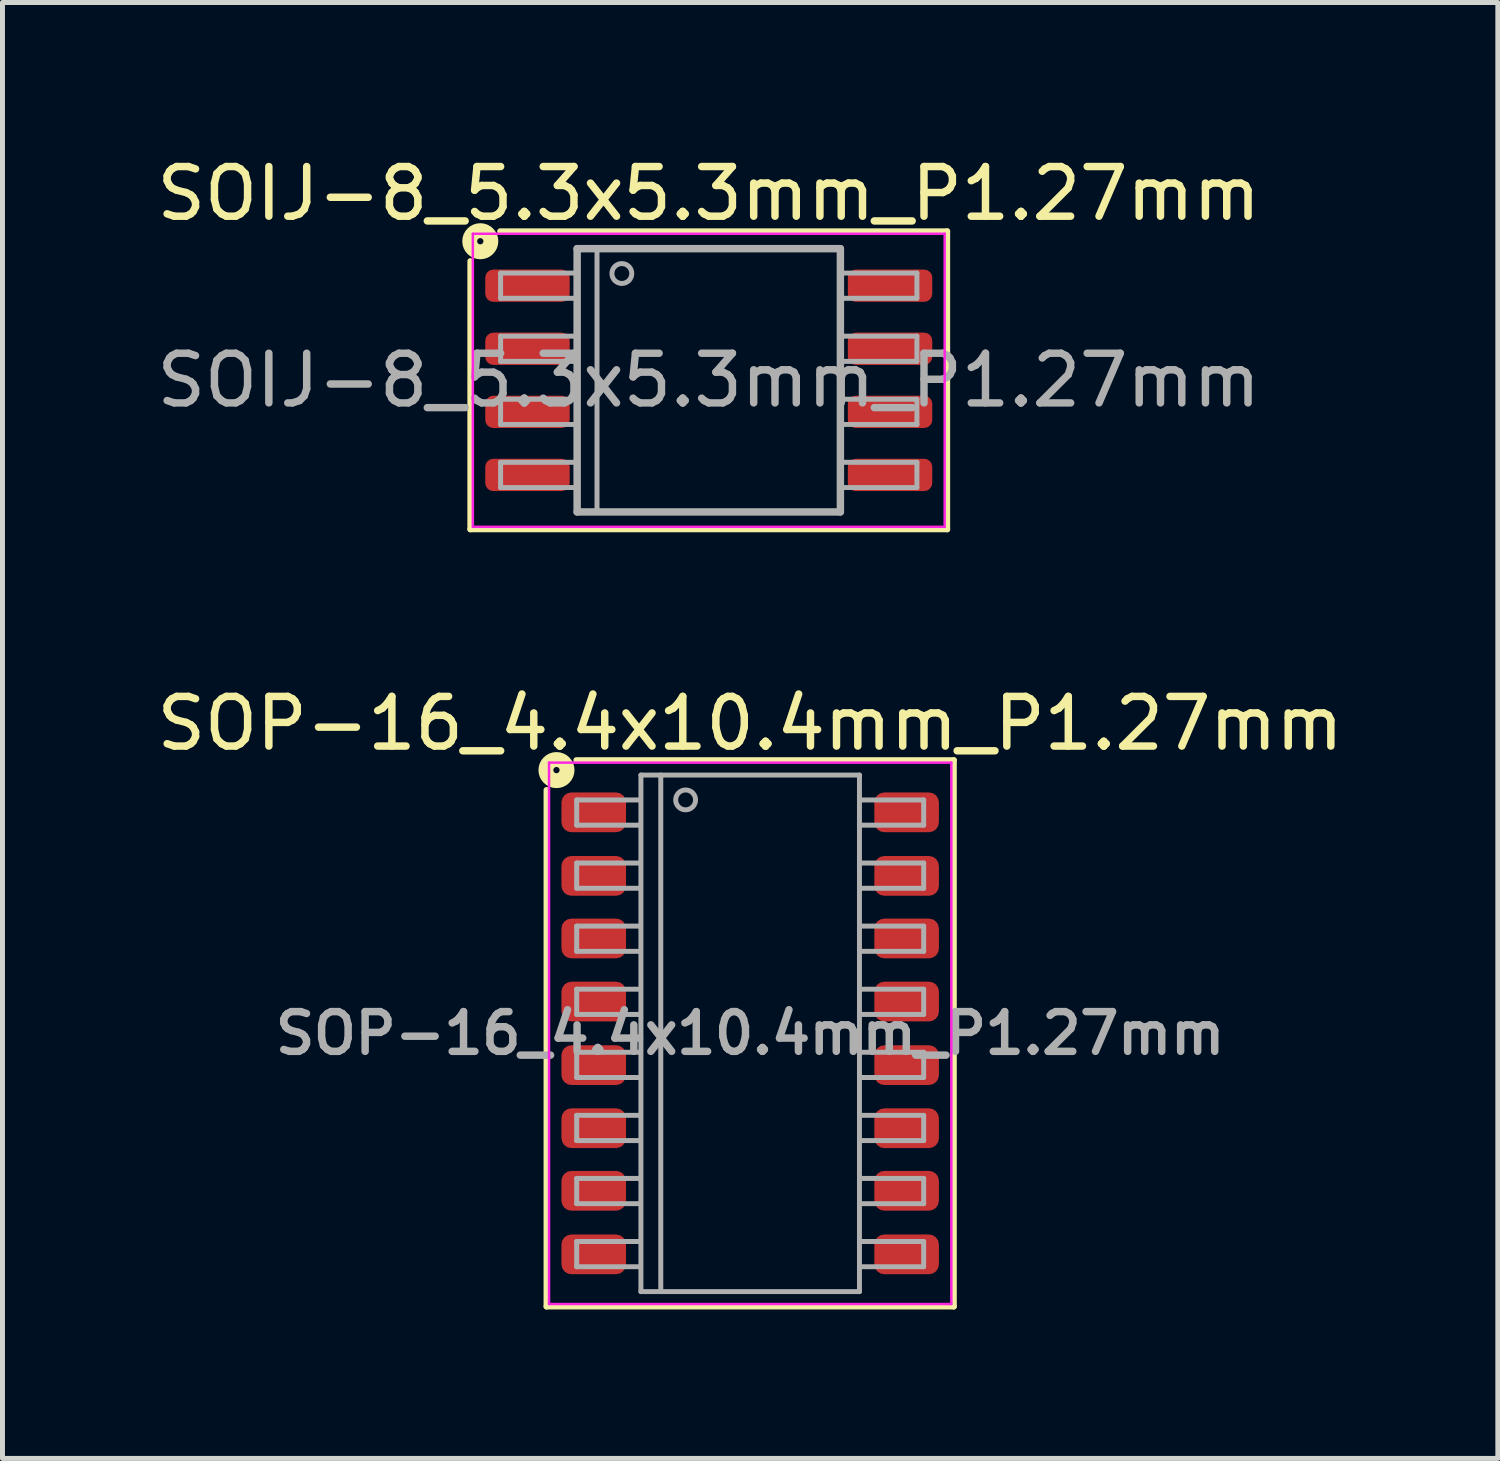
<source format=kicad_pcb>
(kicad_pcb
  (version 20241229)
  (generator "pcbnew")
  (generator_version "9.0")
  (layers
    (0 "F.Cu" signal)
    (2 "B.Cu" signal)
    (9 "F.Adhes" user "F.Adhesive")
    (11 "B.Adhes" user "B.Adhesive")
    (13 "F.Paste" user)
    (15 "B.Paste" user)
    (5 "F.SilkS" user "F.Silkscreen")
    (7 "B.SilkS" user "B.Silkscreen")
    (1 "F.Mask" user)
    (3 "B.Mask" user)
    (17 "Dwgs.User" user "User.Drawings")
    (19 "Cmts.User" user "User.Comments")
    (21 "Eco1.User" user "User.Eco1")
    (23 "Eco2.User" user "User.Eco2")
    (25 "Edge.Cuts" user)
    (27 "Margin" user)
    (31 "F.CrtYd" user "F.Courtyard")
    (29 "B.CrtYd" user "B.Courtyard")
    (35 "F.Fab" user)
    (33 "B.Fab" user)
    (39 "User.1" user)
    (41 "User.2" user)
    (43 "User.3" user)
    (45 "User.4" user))
  (footprint "SOP-16_4.4x10.4mm_P1.27mm"
    (layer "F.Cu")
    (at 12.054 17.755)
    (property "Reference" "SOP-16_4.4x10.4mm_P1.27mm" (at 0 -6.239 0) (layer "F.SilkS") (effects (font (size 1 1) (thickness 0.15))))
    (attr smd)
    (fp_line (start -4.1 -4.9) (end -4.1 5.5) (stroke (width 0.12) (type solid)) (layer "F.SilkS"))
    (fp_line (start -4.1 5.5) (end 4.1 5.5) (stroke (width 0.12) (type solid)) (layer "F.SilkS"))
    (fp_line (start 4.1 -5.5) (end -3.5 -5.5) (stroke (width 0.12) (type solid)) (layer "F.SilkS"))
    (fp_line (start 4.1 5.5) (end 4.1 -5.5) (stroke (width 0.12) (type solid)) (layer "F.SilkS"))
    (fp_circle (center -3.9 -5.3) (end -3.837 -5.3) (stroke (width 0.3) (type solid)) (fill no) (layer "F.SilkS"))
    (fp_line (start -4.05 -5.45) (end -4.05 5.45) (stroke (width 0.05) (type solid)) (layer "F.CrtYd"))
    (fp_line (start -4.05 -5.45) (end 4.05 -5.45) (stroke (width 0.05) (type solid)) (layer "F.CrtYd"))
    (fp_line (start 4.05 5.45) (end -4.05 5.45) (stroke (width 0.05) (type solid)) (layer "F.CrtYd"))
    (fp_line (start 4.05 5.45) (end 4.05 -5.45) (stroke (width 0.05) (type solid)) (layer "F.CrtYd"))
    (fp_line (start -3.493 -4.699) (end -3.493 -4.191) (stroke (width 0.1) (type solid)) (layer "F.Fab"))
    (fp_line (start -3.493 -4.699) (end -2.223 -4.699) (stroke (width 0.1) (type solid)) (layer "F.Fab"))
    (fp_line (start -3.493 -4.191) (end -2.223 -4.191) (stroke (width 0.1) (type solid)) (layer "F.Fab"))
    (fp_line (start -3.493 -3.429) (end -3.493 -2.921) (stroke (width 0.1) (type solid)) (layer "F.Fab"))
    (fp_line (start -3.493 -3.429) (end -2.223 -3.429) (stroke (width 0.1) (type solid)) (layer "F.Fab"))
    (fp_line (start -3.493 -2.921) (end -2.223 -2.921) (stroke (width 0.1) (type solid)) (layer "F.Fab"))
    (fp_line (start -3.493 -2.159) (end -3.493 -1.651) (stroke (width 0.1) (type solid)) (layer "F.Fab"))
    (fp_line (start -3.493 -2.159) (end -2.223 -2.159) (stroke (width 0.1) (type solid)) (layer "F.Fab"))
    (fp_line (start -3.493 -1.651) (end -2.223 -1.651) (stroke (width 0.1) (type solid)) (layer "F.Fab"))
    (fp_line (start -3.493 -0.889) (end -3.493 -0.381) (stroke (width 0.1) (type solid)) (layer "F.Fab"))
    (fp_line (start -3.493 -0.889) (end -2.223 -0.889) (stroke (width 0.1) (type solid)) (layer "F.Fab"))
    (fp_line (start -3.493 -0.381) (end -2.223 -0.381) (stroke (width 0.1) (type solid)) (layer "F.Fab"))
    (fp_line (start -3.493 0.381) (end -3.493 0.889) (stroke (width 0.1) (type solid)) (layer "F.Fab"))
    (fp_line (start -3.493 0.381) (end -2.223 0.381) (stroke (width 0.1) (type solid)) (layer "F.Fab"))
    (fp_line (start -3.493 0.889) (end -2.223 0.889) (stroke (width 0.1) (type solid)) (layer "F.Fab"))
    (fp_line (start -3.493 1.651) (end -3.493 2.159) (stroke (width 0.1) (type solid)) (layer "F.Fab"))
    (fp_line (start -3.493 1.651) (end -2.223 1.651) (stroke (width 0.1) (type solid)) (layer "F.Fab"))
    (fp_line (start -3.493 2.159) (end -2.223 2.159) (stroke (width 0.1) (type solid)) (layer "F.Fab"))
    (fp_line (start -3.493 2.921) (end -3.493 3.429) (stroke (width 0.1) (type solid)) (layer "F.Fab"))
    (fp_line (start -3.493 2.921) (end -2.223 2.921) (stroke (width 0.1) (type solid)) (layer "F.Fab"))
    (fp_line (start -3.493 3.429) (end -2.223 3.429) (stroke (width 0.1) (type solid)) (layer "F.Fab"))
    (fp_line (start -3.493 4.191) (end -3.493 4.699) (stroke (width 0.1) (type solid)) (layer "F.Fab"))
    (fp_line (start -3.493 4.191) (end -2.223 4.191) (stroke (width 0.1) (type solid)) (layer "F.Fab"))
    (fp_line (start -3.493 4.699) (end -2.223 4.699) (stroke (width 0.1) (type solid)) (layer "F.Fab"))
    (fp_line (start -2.2 -5.2) (end 2.2 -5.2) (stroke (width 0.1) (type solid)) (layer "F.Fab"))
    (fp_line (start -2.2 5.2) (end -2.2 -5.2) (stroke (width 0.1) (type solid)) (layer "F.Fab"))
    (fp_line (start -1.8 -5.2) (end -1.8 5.2) (stroke (width 0.1) (type solid)) (layer "F.Fab"))
    (fp_line (start 2.2 -5.2) (end 2.2 5.2) (stroke (width 0.1) (type solid)) (layer "F.Fab"))
    (fp_line (start 2.2 5.2) (end -2.2 5.2) (stroke (width 0.1) (type solid)) (layer "F.Fab"))
    (fp_line (start 3.493 -4.699) (end 2.223 -4.699) (stroke (width 0.1) (type solid)) (layer "F.Fab"))
    (fp_line (start 3.493 -4.191) (end 2.223 -4.191) (stroke (width 0.1) (type solid)) (layer "F.Fab"))
    (fp_line (start 3.493 -4.191) (end 3.493 -4.699) (stroke (width 0.1) (type solid)) (layer "F.Fab"))
    (fp_line (start 3.493 -3.429) (end 2.223 -3.429) (stroke (width 0.1) (type solid)) (layer "F.Fab"))
    (fp_line (start 3.493 -2.921) (end 2.223 -2.921) (stroke (width 0.1) (type solid)) (layer "F.Fab"))
    (fp_line (start 3.493 -2.921) (end 3.493 -3.429) (stroke (width 0.1) (type solid)) (layer "F.Fab"))
    (fp_line (start 3.493 -2.159) (end 2.223 -2.159) (stroke (width 0.1) (type solid)) (layer "F.Fab"))
    (fp_line (start 3.493 -1.651) (end 2.223 -1.651) (stroke (width 0.1) (type solid)) (layer "F.Fab"))
    (fp_line (start 3.493 -1.651) (end 3.493 -2.159) (stroke (width 0.1) (type solid)) (layer "F.Fab"))
    (fp_line (start 3.493 -0.889) (end 2.223 -0.889) (stroke (width 0.1) (type solid)) (layer "F.Fab"))
    (fp_line (start 3.493 -0.381) (end 2.223 -0.381) (stroke (width 0.1) (type solid)) (layer "F.Fab"))
    (fp_line (start 3.493 -0.381) (end 3.493 -0.889) (stroke (width 0.1) (type solid)) (layer "F.Fab"))
    (fp_line (start 3.493 0.381) (end 2.223 0.381) (stroke (width 0.1) (type solid)) (layer "F.Fab"))
    (fp_line (start 3.493 0.889) (end 2.223 0.889) (stroke (width 0.1) (type solid)) (layer "F.Fab"))
    (fp_line (start 3.493 0.889) (end 3.493 0.381) (stroke (width 0.1) (type solid)) (layer "F.Fab"))
    (fp_line (start 3.493 1.651) (end 2.223 1.651) (stroke (width 0.1) (type solid)) (layer "F.Fab"))
    (fp_line (start 3.493 2.159) (end 2.223 2.159) (stroke (width 0.1) (type solid)) (layer "F.Fab"))
    (fp_line (start 3.493 2.159) (end 3.493 1.651) (stroke (width 0.1) (type solid)) (layer "F.Fab"))
    (fp_line (start 3.493 2.921) (end 2.223 2.921) (stroke (width 0.1) (type solid)) (layer "F.Fab"))
    (fp_line (start 3.493 3.429) (end 2.223 3.429) (stroke (width 0.1) (type solid)) (layer "F.Fab"))
    (fp_line (start 3.493 3.429) (end 3.493 2.921) (stroke (width 0.1) (type solid)) (layer "F.Fab"))
    (fp_line (start 3.493 4.191) (end 2.223 4.191) (stroke (width 0.1) (type solid)) (layer "F.Fab"))
    (fp_line (start 3.493 4.699) (end 2.223 4.699) (stroke (width 0.1) (type solid)) (layer "F.Fab"))
    (fp_line (start 3.493 4.699) (end 3.493 4.191) (stroke (width 0.1) (type solid)) (layer "F.Fab"))
    (fp_circle (center -1.3 -4.7) (end -1.1 -4.7) (stroke (width 0.1) (type solid)) (fill no) (layer "F.Fab"))
    (fp_text user "${REFERENCE}" (at 0 0 0) (layer "F.Fab") (effects (font (size 0.8 0.8) (thickness 0.15))))
    (pad "1" smd roundrect (at -3.15 -4.45) (size 1.3 0.8) (layers "F.Cu" "F.Mask" "F.Paste") (roundrect_rratio 0.25))
    (pad "2" smd roundrect (at -3.15 -3.17) (size 1.3 0.8) (layers "F.Cu" "F.Mask" "F.Paste") (roundrect_rratio 0.25))
    (pad "3" smd roundrect (at -3.15 -1.91) (size 1.3 0.8) (layers "F.Cu" "F.Mask" "F.Paste") (roundrect_rratio 0.25))
    (pad "4" smd roundrect (at -3.15 -0.64) (size 1.3 0.8) (layers "F.Cu" "F.Mask" "F.Paste") (roundrect_rratio 0.25))
    (pad "5" smd roundrect (at -3.15 0.64) (size 1.3 0.8) (layers "F.Cu" "F.Mask" "F.Paste") (roundrect_rratio 0.25))
    (pad "6" smd roundrect (at -3.15 1.91) (size 1.3 0.8) (layers "F.Cu" "F.Mask" "F.Paste") (roundrect_rratio 0.25))
    (pad "7" smd roundrect (at -3.15 3.17) (size 1.3 0.8) (layers "F.Cu" "F.Mask" "F.Paste") (roundrect_rratio 0.25))
    (pad "8" smd roundrect (at -3.15 4.45) (size 1.3 0.8) (layers "F.Cu" "F.Mask" "F.Paste") (roundrect_rratio 0.25))
    (pad "9" smd roundrect (at 3.15 4.45) (size 1.3 0.8) (layers "F.Cu" "F.Mask" "F.Paste") (roundrect_rratio 0.25))
    (pad "10" smd roundrect (at 3.15 3.17) (size 1.3 0.8) (layers "F.Cu" "F.Mask" "F.Paste") (roundrect_rratio 0.25))
    (pad "11" smd roundrect (at 3.15 1.91) (size 1.3 0.8) (layers "F.Cu" "F.Mask" "F.Paste") (roundrect_rratio 0.25))
    (pad "12" smd roundrect (at 3.15 0.64) (size 1.3 0.8) (layers "F.Cu" "F.Mask" "F.Paste") (roundrect_rratio 0.25))
    (pad "13" smd roundrect (at 3.15 -0.64) (size 1.3 0.8) (layers "F.Cu" "F.Mask" "F.Paste") (roundrect_rratio 0.25))
    (pad "14" smd roundrect (at 3.15 -1.91) (size 1.3 0.8) (layers "F.Cu" "F.Mask" "F.Paste") (roundrect_rratio 0.25))
    (pad "15" smd roundrect (at 3.15 -3.17) (size 1.3 0.8) (layers "F.Cu" "F.Mask" "F.Paste") (roundrect_rratio 0.25))
    (pad "16" smd roundrect (at 3.15 -4.45) (size 1.3 0.8) (layers "F.Cu" "F.Mask" "F.Paste") (roundrect_rratio 0.25)))
  (footprint "SOIJ-8_5.3x5.3mm_P1.27mm"
    (layer "F.Cu")
    (at 11.22 4.607)
    (property "Reference" "SOIJ-8_5.3x5.3mm_P1.27mm" (at 0 -3.759 0) (layer "F.SilkS") (effects (font (size 1 1) (thickness 0.15))))
    (attr smd)
    (fp_line (start -4.8 -2.4) (end -4.8 3) (stroke (width 0.12) (type solid)) (layer "F.SilkS"))
    (fp_line (start -4.8 3) (end 4.8 3) (stroke (width 0.12) (type solid)) (layer "F.SilkS"))
    (fp_line (start 4.8 -3) (end -4.2 -3) (stroke (width 0.12) (type solid)) (layer "F.SilkS"))
    (fp_line (start 4.8 3) (end 4.8 -3) (stroke (width 0.12) (type solid)) (layer "F.SilkS"))
    (fp_circle (center -4.6 -2.8) (end -4.537 -2.8) (stroke (width 0.3) (type solid)) (fill no) (layer "F.SilkS"))
    (fp_line (start -4.75 -2.95) (end -4.75 2.95) (stroke (width 0.05) (type solid)) (layer "F.CrtYd"))
    (fp_line (start -4.75 -2.95) (end 4.75 -2.95) (stroke (width 0.05) (type solid)) (layer "F.CrtYd"))
    (fp_line (start -4.75 2.95) (end 4.75 2.95) (stroke (width 0.05) (type solid)) (layer "F.CrtYd"))
    (fp_line (start 4.75 -2.95) (end 4.75 2.95) (stroke (width 0.05) (type solid)) (layer "F.CrtYd"))
    (fp_line (start -4.191 -2.159) (end -4.191 -1.651) (stroke (width 0.1) (type solid)) (layer "F.Fab"))
    (fp_line (start -4.191 -2.159) (end -2.667 -2.159) (stroke (width 0.1) (type solid)) (layer "F.Fab"))
    (fp_line (start -4.191 -1.651) (end -2.667 -1.651) (stroke (width 0.1) (type solid)) (layer "F.Fab"))
    (fp_line (start -4.191 -0.889) (end -4.191 -0.381) (stroke (width 0.1) (type solid)) (layer "F.Fab"))
    (fp_line (start -4.191 -0.889) (end -2.667 -0.889) (stroke (width 0.1) (type solid)) (layer "F.Fab"))
    (fp_line (start -4.191 -0.381) (end -2.667 -0.381) (stroke (width 0.1) (type solid)) (layer "F.Fab"))
    (fp_line (start -4.191 0.381) (end -4.191 0.889) (stroke (width 0.1) (type solid)) (layer "F.Fab"))
    (fp_line (start -4.191 0.381) (end -2.667 0.381) (stroke (width 0.1) (type solid)) (layer "F.Fab"))
    (fp_line (start -4.191 0.889) (end -2.667 0.889) (stroke (width 0.1) (type solid)) (layer "F.Fab"))
    (fp_line (start -4.191 1.651) (end -4.191 2.159) (stroke (width 0.1) (type solid)) (layer "F.Fab"))
    (fp_line (start -4.191 1.651) (end -2.667 1.651) (stroke (width 0.1) (type solid)) (layer "F.Fab"))
    (fp_line (start -4.191 2.159) (end -2.667 2.159) (stroke (width 0.1) (type solid)) (layer "F.Fab"))
    (fp_line (start -2.65 -2.65) (end 2.65 -2.65) (stroke (width 0.15) (type solid)) (layer "F.Fab"))
    (fp_line (start -2.65 2.65) (end -2.65 -2.65) (stroke (width 0.15) (type solid)) (layer "F.Fab"))
    (fp_line (start -2.25 -2.65) (end -2.25 2.65) (stroke (width 0.1) (type solid)) (layer "F.Fab"))
    (fp_line (start 2.65 -2.65) (end 2.65 2.65) (stroke (width 0.15) (type solid)) (layer "F.Fab"))
    (fp_line (start 2.65 2.65) (end -2.65 2.65) (stroke (width 0.15) (type solid)) (layer "F.Fab"))
    (fp_line (start 4.191 -2.159) (end 2.667 -2.159) (stroke (width 0.1) (type solid)) (layer "F.Fab"))
    (fp_line (start 4.191 -1.651) (end 2.667 -1.651) (stroke (width 0.1) (type solid)) (layer "F.Fab"))
    (fp_line (start 4.191 -1.651) (end 4.191 -2.159) (stroke (width 0.1) (type solid)) (layer "F.Fab"))
    (fp_line (start 4.191 -0.889) (end 2.667 -0.889) (stroke (width 0.1) (type solid)) (layer "F.Fab"))
    (fp_line (start 4.191 -0.381) (end 2.667 -0.381) (stroke (width 0.1) (type solid)) (layer "F.Fab"))
    (fp_line (start 4.191 -0.381) (end 4.191 -0.889) (stroke (width 0.1) (type solid)) (layer "F.Fab"))
    (fp_line (start 4.191 0.381) (end 2.667 0.381) (stroke (width 0.1) (type solid)) (layer "F.Fab"))
    (fp_line (start 4.191 0.889) (end 2.667 0.889) (stroke (width 0.1) (type solid)) (layer "F.Fab"))
    (fp_line (start 4.191 0.889) (end 4.191 0.381) (stroke (width 0.1) (type solid)) (layer "F.Fab"))
    (fp_line (start 4.191 1.651) (end 2.667 1.651) (stroke (width 0.1) (type solid)) (layer "F.Fab"))
    (fp_line (start 4.191 2.159) (end 2.667 2.159) (stroke (width 0.1) (type solid)) (layer "F.Fab"))
    (fp_line (start 4.191 2.159) (end 4.191 1.651) (stroke (width 0.1) (type solid)) (layer "F.Fab"))
    (fp_circle (center -1.75 -2.15) (end -1.55 -2.15) (stroke (width 0.1) (type solid)) (fill no) (layer "F.Fab"))
    (fp_text user "${REFERENCE}" (at 0 0 0) (layer "F.Fab") (effects (font (size 1 1) (thickness 0.15))))
    (pad "1" smd roundrect (at -3.65 -1.905) (size 1.7 0.65) (layers "F.Cu" "F.Mask" "F.Paste") (roundrect_rratio 0.25))
    (pad "2" smd roundrect (at -3.65 -0.635) (size 1.7 0.65) (layers "F.Cu" "F.Mask" "F.Paste") (roundrect_rratio 0.25))
    (pad "3" smd roundrect (at -3.65 0.635) (size 1.7 0.65) (layers "F.Cu" "F.Mask" "F.Paste") (roundrect_rratio 0.25))
    (pad "4" smd roundrect (at -3.65 1.905) (size 1.7 0.65) (layers "F.Cu" "F.Mask" "F.Paste") (roundrect_rratio 0.25))
    (pad "5" smd roundrect (at 3.65 1.905) (size 1.7 0.65) (layers "F.Cu" "F.Mask" "F.Paste") (roundrect_rratio 0.25))
    (pad "6" smd roundrect (at 3.65 0.635) (size 1.7 0.65) (layers "F.Cu" "F.Mask" "F.Paste") (roundrect_rratio 0.25))
    (pad "7" smd roundrect (at 3.65 -0.635) (size 1.7 0.65) (layers "F.Cu" "F.Mask" "F.Paste") (roundrect_rratio 0.25))
    (pad "8" smd roundrect (at 3.65 -1.905) (size 1.7 0.65) (layers "F.Cu" "F.Mask" "F.Paste") (roundrect_rratio 0.25)))
  (gr_rect
    (start -3 -3)
    (end 27.107 26.314)
    (stroke (width 0.1) (type default))
    (fill no)
    (layer "Edge.Cuts")))
</source>
